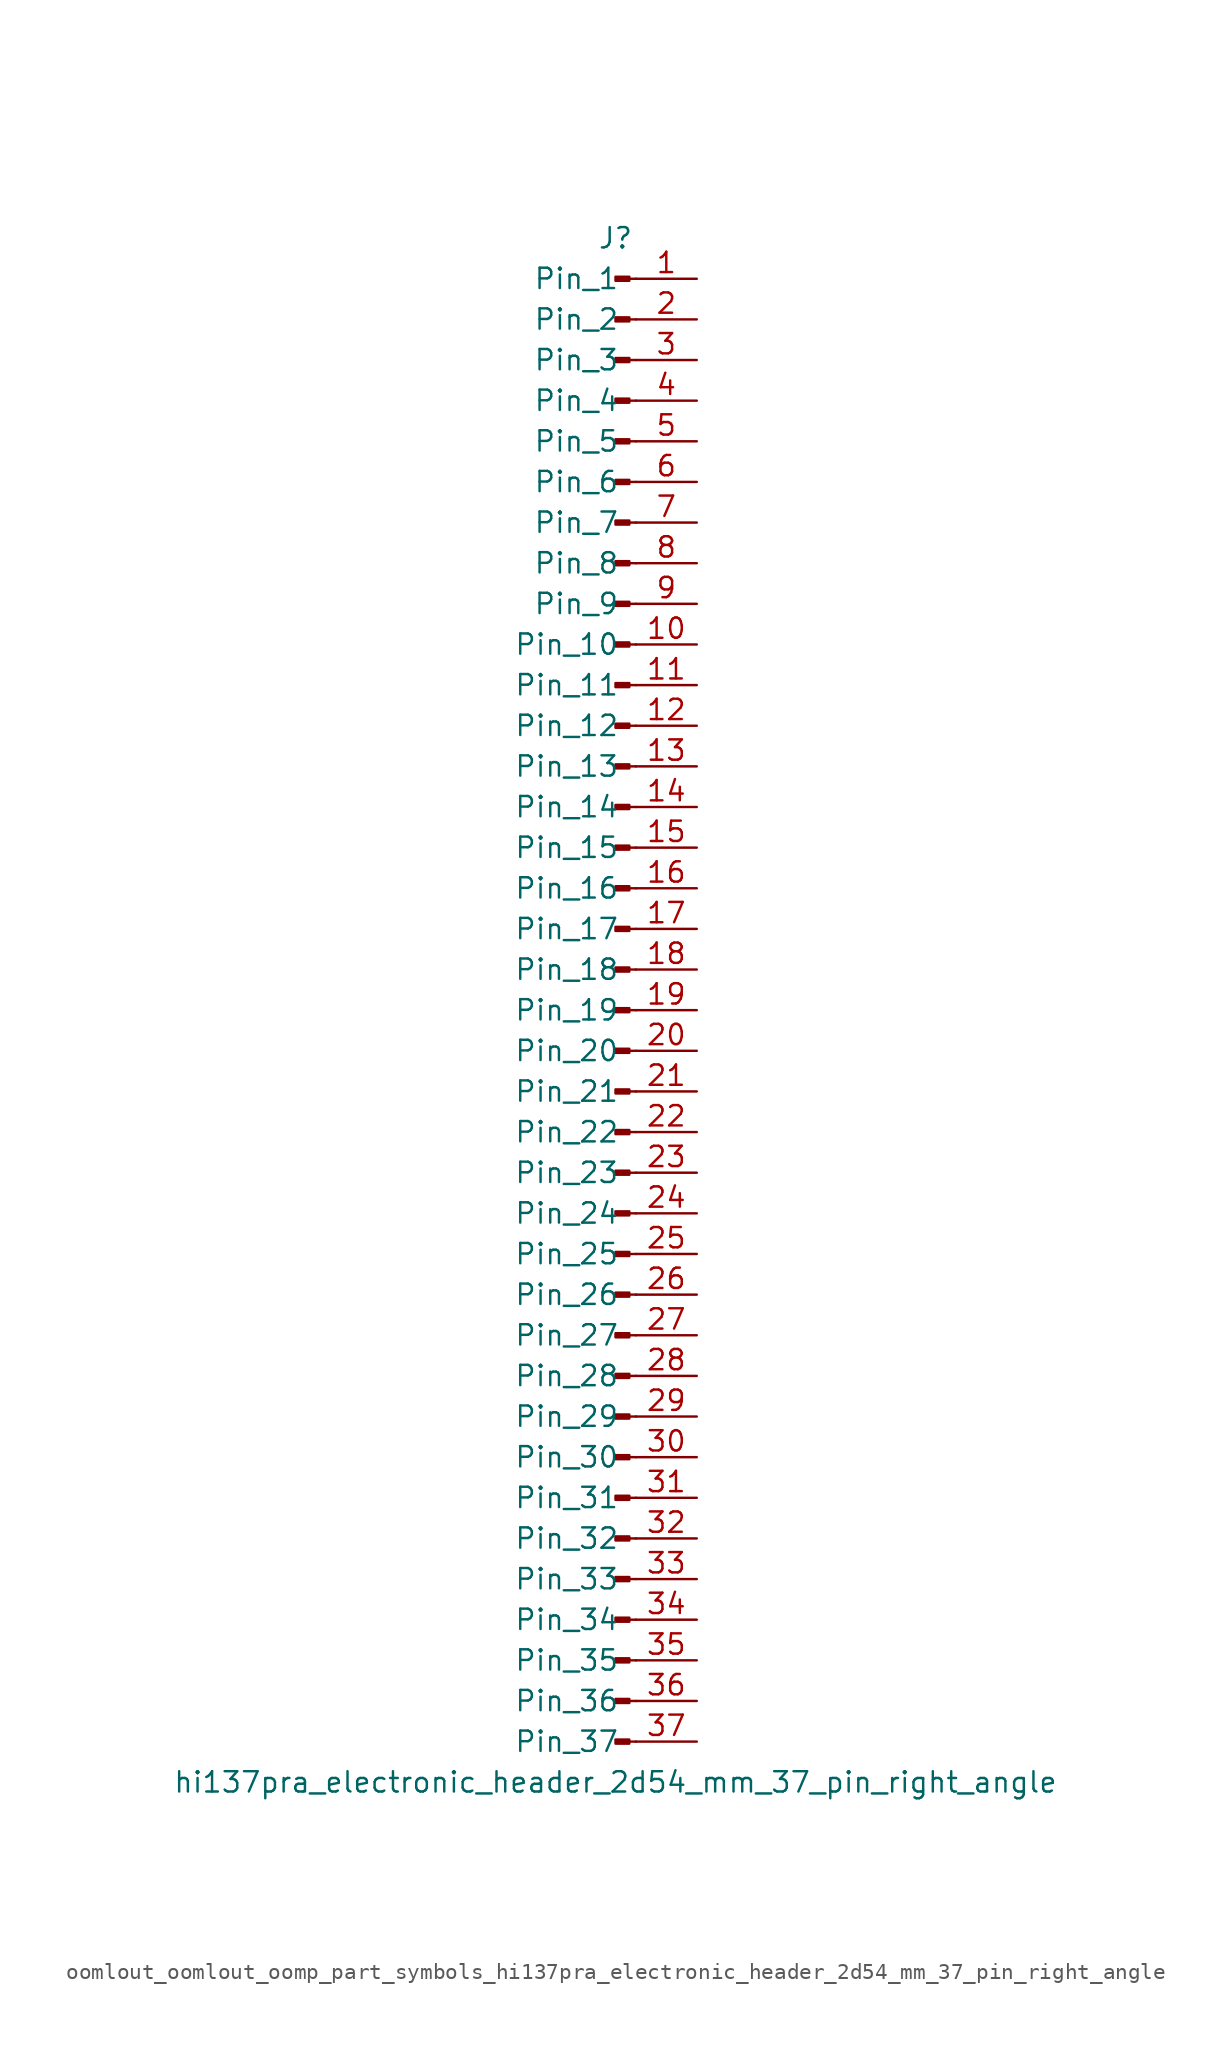
<source format=kicad_sym>
(kicad_symbol_lib
  (version 20220914)
  (generator kicad_symbol_editor)
  (symbol "oomlout_oomlout_oomp_part_symbols_hi137pra_electronic_header_2d54_mm_37_pin_right_angle"
    (pin_names
      (offset 1.016))
    (property "Reference" "J"
      (at 0 48.26 0)
      (effects (font (size 1.27 1.27))))
    (property "Value" "hi137pra_electronic_header_2d54_mm_37_pin_right_angle"
      (at 0 -48.26 0)
      (effects (font (size 1.27 1.27))))
    (property "ki_locked" ""
      (at 0 0 0)
      (effects (font (size 1.27 1.27))))
    (symbol "oomlout_oomlout_oomp_part_symbols_hi137pra_electronic_header_2d54_mm_37_pin_right_angle_1_1"
      (polyline (pts (xy 1.27 -45.72) (xy 0.864 -45.72)) (stroke (width 0.152) (type default)) (fill (type none)))
      (polyline (pts (xy 1.27 -43.18) (xy 0.864 -43.18)) (stroke (width 0.152) (type default)) (fill (type none)))
      (polyline (pts (xy 1.27 -40.64) (xy 0.864 -40.64)) (stroke (width 0.152) (type default)) (fill (type none)))
      (polyline (pts (xy 1.27 -38.1) (xy 0.864 -38.1)) (stroke (width 0.152) (type default)) (fill (type none)))
      (polyline (pts (xy 1.27 -35.56) (xy 0.864 -35.56)) (stroke (width 0.152) (type default)) (fill (type none)))
      (polyline (pts (xy 1.27 -33.02) (xy 0.864 -33.02)) (stroke (width 0.152) (type default)) (fill (type none)))
      (polyline (pts (xy 1.27 -30.48) (xy 0.864 -30.48)) (stroke (width 0.152) (type default)) (fill (type none)))
      (polyline (pts (xy 1.27 -27.94) (xy 0.864 -27.94)) (stroke (width 0.152) (type default)) (fill (type none)))
      (polyline (pts (xy 1.27 -25.4) (xy 0.864 -25.4)) (stroke (width 0.152) (type default)) (fill (type none)))
      (polyline (pts (xy 1.27 -22.86) (xy 0.864 -22.86)) (stroke (width 0.152) (type default)) (fill (type none)))
      (polyline (pts (xy 1.27 -20.32) (xy 0.864 -20.32)) (stroke (width 0.152) (type default)) (fill (type none)))
      (polyline (pts (xy 1.27 -17.78) (xy 0.864 -17.78)) (stroke (width 0.152) (type default)) (fill (type none)))
      (polyline (pts (xy 1.27 -15.24) (xy 0.864 -15.24)) (stroke (width 0.152) (type default)) (fill (type none)))
      (polyline (pts (xy 1.27 -12.7) (xy 0.864 -12.7)) (stroke (width 0.152) (type default)) (fill (type none)))
      (polyline (pts (xy 1.27 -10.16) (xy 0.864 -10.16)) (stroke (width 0.152) (type default)) (fill (type none)))
      (polyline (pts (xy 1.27 -7.62) (xy 0.864 -7.62)) (stroke (width 0.152) (type default)) (fill (type none)))
      (polyline (pts (xy 1.27 -5.08) (xy 0.864 -5.08)) (stroke (width 0.152) (type default)) (fill (type none)))
      (polyline (pts (xy 1.27 -2.54) (xy 0.864 -2.54)) (stroke (width 0.152) (type default)) (fill (type none)))
      (polyline (pts (xy 1.27 0) (xy 0.864 0)) (stroke (width 0.152) (type default)) (fill (type none)))
      (polyline (pts (xy 1.27 2.54) (xy 0.864 2.54)) (stroke (width 0.152) (type default)) (fill (type none)))
      (polyline (pts (xy 1.27 5.08) (xy 0.864 5.08)) (stroke (width 0.152) (type default)) (fill (type none)))
      (polyline (pts (xy 1.27 7.62) (xy 0.864 7.62)) (stroke (width 0.152) (type default)) (fill (type none)))
      (polyline (pts (xy 1.27 10.16) (xy 0.864 10.16)) (stroke (width 0.152) (type default)) (fill (type none)))
      (polyline (pts (xy 1.27 12.7) (xy 0.864 12.7)) (stroke (width 0.152) (type default)) (fill (type none)))
      (polyline (pts (xy 1.27 15.24) (xy 0.864 15.24)) (stroke (width 0.152) (type default)) (fill (type none)))
      (polyline (pts (xy 1.27 17.78) (xy 0.864 17.78)) (stroke (width 0.152) (type default)) (fill (type none)))
      (polyline (pts (xy 1.27 20.32) (xy 0.864 20.32)) (stroke (width 0.152) (type default)) (fill (type none)))
      (polyline (pts (xy 1.27 22.86) (xy 0.864 22.86)) (stroke (width 0.152) (type default)) (fill (type none)))
      (polyline (pts (xy 1.27 25.4) (xy 0.864 25.4)) (stroke (width 0.152) (type default)) (fill (type none)))
      (polyline (pts (xy 1.27 27.94) (xy 0.864 27.94)) (stroke (width 0.152) (type default)) (fill (type none)))
      (polyline (pts (xy 1.27 30.48) (xy 0.864 30.48)) (stroke (width 0.152) (type default)) (fill (type none)))
      (polyline (pts (xy 1.27 33.02) (xy 0.864 33.02)) (stroke (width 0.152) (type default)) (fill (type none)))
      (polyline (pts (xy 1.27 35.56) (xy 0.864 35.56)) (stroke (width 0.152) (type default)) (fill (type none)))
      (polyline (pts (xy 1.27 38.1) (xy 0.864 38.1)) (stroke (width 0.152) (type default)) (fill (type none)))
      (polyline (pts (xy 1.27 40.64) (xy 0.864 40.64)) (stroke (width 0.152) (type default)) (fill (type none)))
      (polyline (pts (xy 1.27 43.18) (xy 0.864 43.18)) (stroke (width 0.152) (type default)) (fill (type none)))
      (polyline (pts (xy 1.27 45.72) (xy 0.864 45.72)) (stroke (width 0.152) (type default)) (fill (type none)))
      (rectangle (start 0.864 -45.593) (end 0 -45.847) (stroke (width 0.152) (type default)) (fill (type outline)))
      (rectangle (start 0.864 -43.053) (end 0 -43.307) (stroke (width 0.152) (type default)) (fill (type outline)))
      (rectangle (start 0.864 -40.513) (end 0 -40.767) (stroke (width 0.152) (type default)) (fill (type outline)))
      (rectangle (start 0.864 -37.973) (end 0 -38.227) (stroke (width 0.152) (type default)) (fill (type outline)))
      (rectangle (start 0.864 -35.433) (end 0 -35.687) (stroke (width 0.152) (type default)) (fill (type outline)))
      (rectangle (start 0.864 -32.893) (end 0 -33.147) (stroke (width 0.152) (type default)) (fill (type outline)))
      (rectangle (start 0.864 -30.353) (end 0 -30.607) (stroke (width 0.152) (type default)) (fill (type outline)))
      (rectangle (start 0.864 -27.813) (end 0 -28.067) (stroke (width 0.152) (type default)) (fill (type outline)))
      (rectangle (start 0.864 -25.273) (end 0 -25.527) (stroke (width 0.152) (type default)) (fill (type outline)))
      (rectangle (start 0.864 -22.733) (end 0 -22.987) (stroke (width 0.152) (type default)) (fill (type outline)))
      (rectangle (start 0.864 -20.193) (end 0 -20.447) (stroke (width 0.152) (type default)) (fill (type outline)))
      (rectangle (start 0.864 -17.653) (end 0 -17.907) (stroke (width 0.152) (type default)) (fill (type outline)))
      (rectangle (start 0.864 -15.113) (end 0 -15.367) (stroke (width 0.152) (type default)) (fill (type outline)))
      (rectangle (start 0.864 -12.573) (end 0 -12.827) (stroke (width 0.152) (type default)) (fill (type outline)))
      (rectangle (start 0.864 -10.033) (end 0 -10.287) (stroke (width 0.152) (type default)) (fill (type outline)))
      (rectangle (start 0.864 -7.493) (end 0 -7.747) (stroke (width 0.152) (type default)) (fill (type outline)))
      (rectangle (start 0.864 -4.953) (end 0 -5.207) (stroke (width 0.152) (type default)) (fill (type outline)))
      (rectangle (start 0.864 -2.413) (end 0 -2.667) (stroke (width 0.152) (type default)) (fill (type outline)))
      (rectangle (start 0.864 0.127) (end 0 -0.127) (stroke (width 0.152) (type default)) (fill (type outline)))
      (rectangle (start 0.864 2.667) (end 0 2.413) (stroke (width 0.152) (type default)) (fill (type outline)))
      (rectangle (start 0.864 5.207) (end 0 4.953) (stroke (width 0.152) (type default)) (fill (type outline)))
      (rectangle (start 0.864 7.747) (end 0 7.493) (stroke (width 0.152) (type default)) (fill (type outline)))
      (rectangle (start 0.864 10.287) (end 0 10.033) (stroke (width 0.152) (type default)) (fill (type outline)))
      (rectangle (start 0.864 12.827) (end 0 12.573) (stroke (width 0.152) (type default)) (fill (type outline)))
      (rectangle (start 0.864 15.367) (end 0 15.113) (stroke (width 0.152) (type default)) (fill (type outline)))
      (rectangle (start 0.864 17.907) (end 0 17.653) (stroke (width 0.152) (type default)) (fill (type outline)))
      (rectangle (start 0.864 20.447) (end 0 20.193) (stroke (width 0.152) (type default)) (fill (type outline)))
      (rectangle (start 0.864 22.987) (end 0 22.733) (stroke (width 0.152) (type default)) (fill (type outline)))
      (rectangle (start 0.864 25.527) (end 0 25.273) (stroke (width 0.152) (type default)) (fill (type outline)))
      (rectangle (start 0.864 28.067) (end 0 27.813) (stroke (width 0.152) (type default)) (fill (type outline)))
      (rectangle (start 0.864 30.607) (end 0 30.353) (stroke (width 0.152) (type default)) (fill (type outline)))
      (rectangle (start 0.864 33.147) (end 0 32.893) (stroke (width 0.152) (type default)) (fill (type outline)))
      (rectangle (start 0.864 35.687) (end 0 35.433) (stroke (width 0.152) (type default)) (fill (type outline)))
      (rectangle (start 0.864 38.227) (end 0 37.973) (stroke (width 0.152) (type default)) (fill (type outline)))
      (rectangle (start 0.864 40.767) (end 0 40.513) (stroke (width 0.152) (type default)) (fill (type outline)))
      (rectangle (start 0.864 43.307) (end 0 43.053) (stroke (width 0.152) (type default)) (fill (type outline)))
      (rectangle (start 0.864 45.847) (end 0 45.593) (stroke (width 0.152) (type default)) (fill (type outline)))
      (pin passive line (at 5.08 45.72 180) (length 3.81) (name "Pin_1" (effects (font (size 1.27 1.27)))) (number "1" (effects (font (size 1.27 1.27)))))
      (pin passive line (at 5.08 22.86 180) (length 3.81) (name "Pin_10" (effects (font (size 1.27 1.27)))) (number "10" (effects (font (size 1.27 1.27)))))
      (pin passive line (at 5.08 20.32 180) (length 3.81) (name "Pin_11" (effects (font (size 1.27 1.27)))) (number "11" (effects (font (size 1.27 1.27)))))
      (pin passive line (at 5.08 17.78 180) (length 3.81) (name "Pin_12" (effects (font (size 1.27 1.27)))) (number "12" (effects (font (size 1.27 1.27)))))
      (pin passive line (at 5.08 15.24 180) (length 3.81) (name "Pin_13" (effects (font (size 1.27 1.27)))) (number "13" (effects (font (size 1.27 1.27)))))
      (pin passive line (at 5.08 12.7 180) (length 3.81) (name "Pin_14" (effects (font (size 1.27 1.27)))) (number "14" (effects (font (size 1.27 1.27)))))
      (pin passive line (at 5.08 10.16 180) (length 3.81) (name "Pin_15" (effects (font (size 1.27 1.27)))) (number "15" (effects (font (size 1.27 1.27)))))
      (pin passive line (at 5.08 7.62 180) (length 3.81) (name "Pin_16" (effects (font (size 1.27 1.27)))) (number "16" (effects (font (size 1.27 1.27)))))
      (pin passive line (at 5.08 5.08 180) (length 3.81) (name "Pin_17" (effects (font (size 1.27 1.27)))) (number "17" (effects (font (size 1.27 1.27)))))
      (pin passive line (at 5.08 2.54 180) (length 3.81) (name "Pin_18" (effects (font (size 1.27 1.27)))) (number "18" (effects (font (size 1.27 1.27)))))
      (pin passive line (at 5.08 0 180) (length 3.81) (name "Pin_19" (effects (font (size 1.27 1.27)))) (number "19" (effects (font (size 1.27 1.27)))))
      (pin passive line (at 5.08 43.18 180) (length 3.81) (name "Pin_2" (effects (font (size 1.27 1.27)))) (number "2" (effects (font (size 1.27 1.27)))))
      (pin passive line (at 5.08 -2.54 180) (length 3.81) (name "Pin_20" (effects (font (size 1.27 1.27)))) (number "20" (effects (font (size 1.27 1.27)))))
      (pin passive line (at 5.08 -5.08 180) (length 3.81) (name "Pin_21" (effects (font (size 1.27 1.27)))) (number "21" (effects (font (size 1.27 1.27)))))
      (pin passive line (at 5.08 -7.62 180) (length 3.81) (name "Pin_22" (effects (font (size 1.27 1.27)))) (number "22" (effects (font (size 1.27 1.27)))))
      (pin passive line (at 5.08 -10.16 180) (length 3.81) (name "Pin_23" (effects (font (size 1.27 1.27)))) (number "23" (effects (font (size 1.27 1.27)))))
      (pin passive line (at 5.08 -12.7 180) (length 3.81) (name "Pin_24" (effects (font (size 1.27 1.27)))) (number "24" (effects (font (size 1.27 1.27)))))
      (pin passive line (at 5.08 -15.24 180) (length 3.81) (name "Pin_25" (effects (font (size 1.27 1.27)))) (number "25" (effects (font (size 1.27 1.27)))))
      (pin passive line (at 5.08 -17.78 180) (length 3.81) (name "Pin_26" (effects (font (size 1.27 1.27)))) (number "26" (effects (font (size 1.27 1.27)))))
      (pin passive line (at 5.08 -20.32 180) (length 3.81) (name "Pin_27" (effects (font (size 1.27 1.27)))) (number "27" (effects (font (size 1.27 1.27)))))
      (pin passive line (at 5.08 -22.86 180) (length 3.81) (name "Pin_28" (effects (font (size 1.27 1.27)))) (number "28" (effects (font (size 1.27 1.27)))))
      (pin passive line (at 5.08 -25.4 180) (length 3.81) (name "Pin_29" (effects (font (size 1.27 1.27)))) (number "29" (effects (font (size 1.27 1.27)))))
      (pin passive line (at 5.08 40.64 180) (length 3.81) (name "Pin_3" (effects (font (size 1.27 1.27)))) (number "3" (effects (font (size 1.27 1.27)))))
      (pin passive line (at 5.08 -27.94 180) (length 3.81) (name "Pin_30" (effects (font (size 1.27 1.27)))) (number "30" (effects (font (size 1.27 1.27)))))
      (pin passive line (at 5.08 -30.48 180) (length 3.81) (name "Pin_31" (effects (font (size 1.27 1.27)))) (number "31" (effects (font (size 1.27 1.27)))))
      (pin passive line (at 5.08 -33.02 180) (length 3.81) (name "Pin_32" (effects (font (size 1.27 1.27)))) (number "32" (effects (font (size 1.27 1.27)))))
      (pin passive line (at 5.08 -35.56 180) (length 3.81) (name "Pin_33" (effects (font (size 1.27 1.27)))) (number "33" (effects (font (size 1.27 1.27)))))
      (pin passive line (at 5.08 -38.1 180) (length 3.81) (name "Pin_34" (effects (font (size 1.27 1.27)))) (number "34" (effects (font (size 1.27 1.27)))))
      (pin passive line (at 5.08 -40.64 180) (length 3.81) (name "Pin_35" (effects (font (size 1.27 1.27)))) (number "35" (effects (font (size 1.27 1.27)))))
      (pin passive line (at 5.08 -43.18 180) (length 3.81) (name "Pin_36" (effects (font (size 1.27 1.27)))) (number "36" (effects (font (size 1.27 1.27)))))
      (pin passive line (at 5.08 -45.72 180) (length 3.81) (name "Pin_37" (effects (font (size 1.27 1.27)))) (number "37" (effects (font (size 1.27 1.27)))))
      (pin passive line (at 5.08 38.1 180) (length 3.81) (name "Pin_4" (effects (font (size 1.27 1.27)))) (number "4" (effects (font (size 1.27 1.27)))))
      (pin passive line (at 5.08 35.56 180) (length 3.81) (name "Pin_5" (effects (font (size 1.27 1.27)))) (number "5" (effects (font (size 1.27 1.27)))))
      (pin passive line (at 5.08 33.02 180) (length 3.81) (name "Pin_6" (effects (font (size 1.27 1.27)))) (number "6" (effects (font (size 1.27 1.27)))))
      (pin passive line (at 5.08 30.48 180) (length 3.81) (name "Pin_7" (effects (font (size 1.27 1.27)))) (number "7" (effects (font (size 1.27 1.27)))))
      (pin passive line (at 5.08 27.94 180) (length 3.81) (name "Pin_8" (effects (font (size 1.27 1.27)))) (number "8" (effects (font (size 1.27 1.27)))))
      (pin passive line (at 5.08 25.4 180) (length 3.81) (name "Pin_9" (effects (font (size 1.27 1.27)))) (number "9" (effects (font (size 1.27 1.27))))))))
</source>
